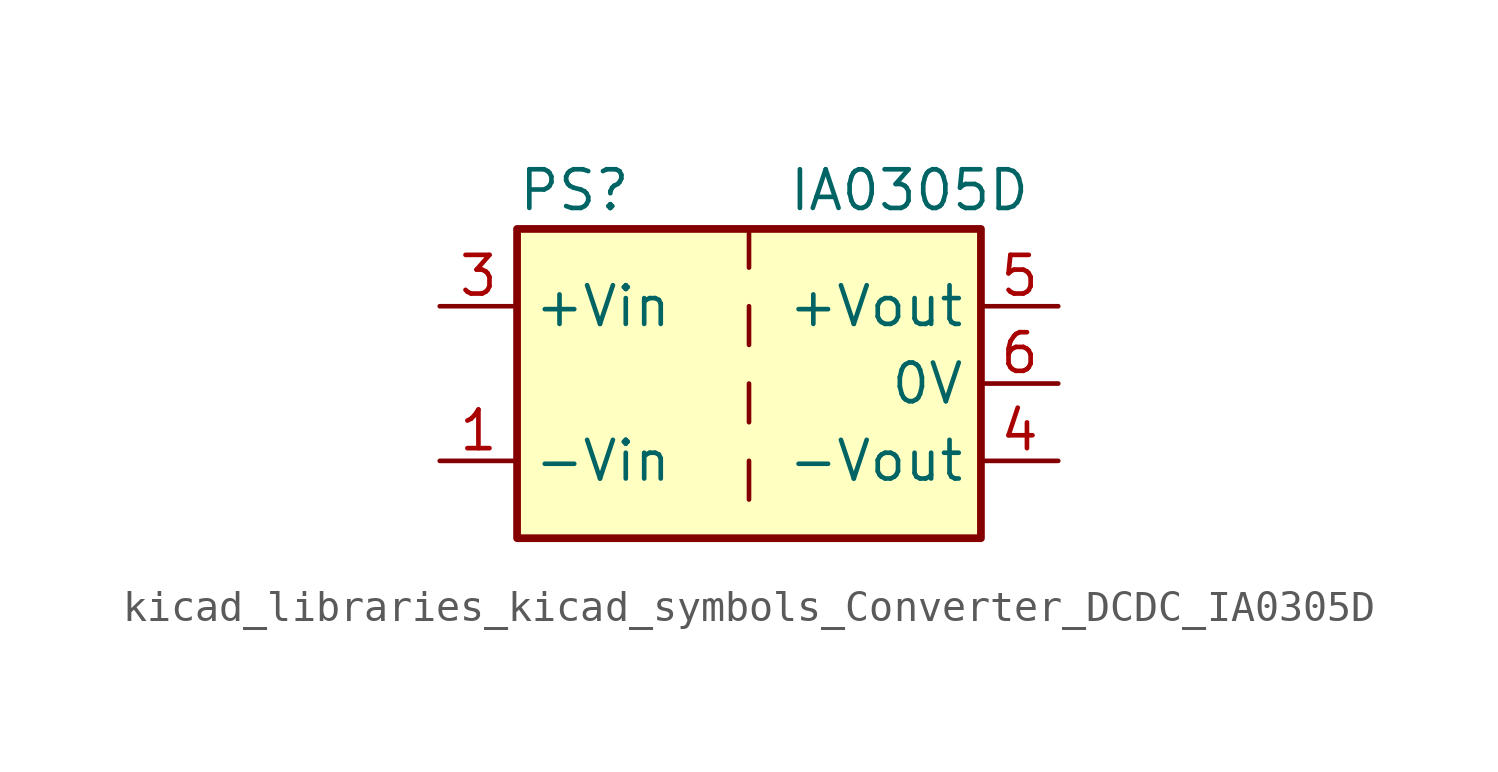
<source format=kicad_sym>
(kicad_symbol_lib
  (version 20220914)
  (generator kicad_symbol_editor)
  (symbol "kicad_libraries_kicad_symbols_Converter_DCDC_IA0305D"
    (property "Reference" "PS"
      (at -7.62 6.35 0)
      (effects (font (size 1.27 1.27)) (justify left)))
    (property "Value" "IA0305D"
      (at 1.27 6.35 0)
      (effects (font (size 1.27 1.27)) (justify left)))
    (symbol "kicad_libraries_kicad_symbols_Converter_DCDC_IA0305D_0_0"
      (pin power_in line (at -10.16 -2.54 0) (length 2.54) (name "-Vin" (effects (font (size 1.27 1.27)))) (number "1" (effects (font (size 1.27 1.27)))))
      (pin power_in line (at -10.16 2.54 0) (length 2.54) (name "+Vin" (effects (font (size 1.27 1.27)))) (number "3" (effects (font (size 1.27 1.27)))))
      (pin power_out line (at 10.16 -2.54 180) (length 2.54) (name "-Vout" (effects (font (size 1.27 1.27)))) (number "4" (effects (font (size 1.27 1.27)))))
      (pin power_out line (at 10.16 2.54 180) (length 2.54) (name "+Vout" (effects (font (size 1.27 1.27)))) (number "5" (effects (font (size 1.27 1.27)))))
      (pin power_out line (at 10.16 0 180) (length 2.54) (name "0V" (effects (font (size 1.27 1.27)))) (number "6" (effects (font (size 1.27 1.27))))))
    (symbol "kicad_libraries_kicad_symbols_Converter_DCDC_IA0305D_0_1"
      (rectangle (start -7.62 5.08) (end 7.62 -5.08) (stroke (width 0.254) (type default)) (fill (type background)))
      (polyline (pts (xy 0 -2.54) (xy 0 -3.81)) (stroke (width 0) (type default)) (fill (type none)))
      (polyline (pts (xy 0 0) (xy 0 -1.27)) (stroke (width 0) (type default)) (fill (type none)))
      (polyline (pts (xy 0 2.54) (xy 0 1.27)) (stroke (width 0) (type default)) (fill (type none)))
      (polyline (pts (xy 0 5.08) (xy 0 3.81)) (stroke (width 0) (type default)) (fill (type none))))
    (symbol "kicad_libraries_kicad_symbols_Converter_DCDC_IA0305D_1_1"
      (pin no_connect line (at 0 -5.08 90) (length 2.54) hide (name "NC" (effects (font (size 1.27 1.27)))) (number "2" (effects (font (size 1.27 1.27))))))))
</source>
